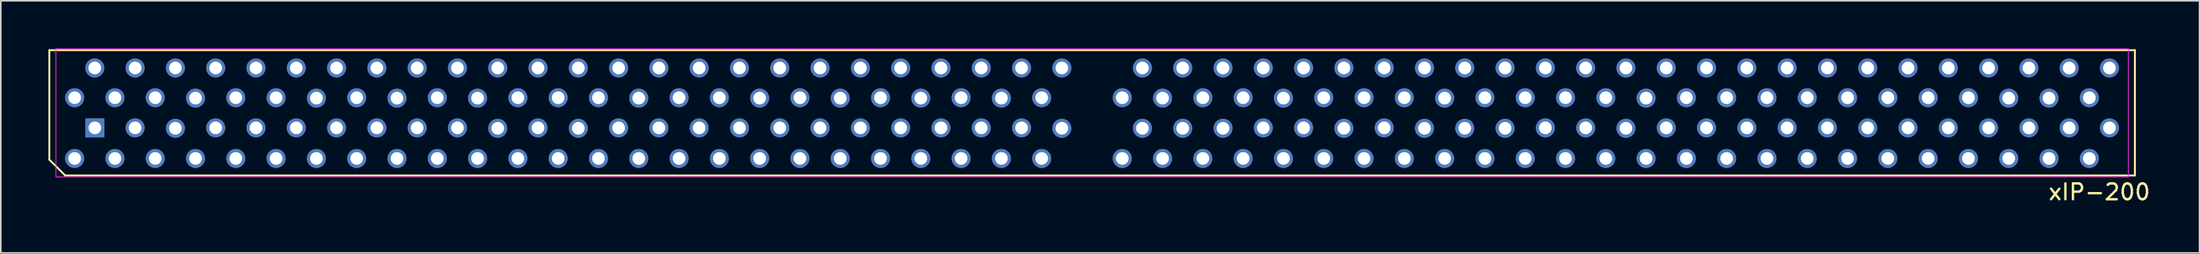
<source format=kicad_pcb>
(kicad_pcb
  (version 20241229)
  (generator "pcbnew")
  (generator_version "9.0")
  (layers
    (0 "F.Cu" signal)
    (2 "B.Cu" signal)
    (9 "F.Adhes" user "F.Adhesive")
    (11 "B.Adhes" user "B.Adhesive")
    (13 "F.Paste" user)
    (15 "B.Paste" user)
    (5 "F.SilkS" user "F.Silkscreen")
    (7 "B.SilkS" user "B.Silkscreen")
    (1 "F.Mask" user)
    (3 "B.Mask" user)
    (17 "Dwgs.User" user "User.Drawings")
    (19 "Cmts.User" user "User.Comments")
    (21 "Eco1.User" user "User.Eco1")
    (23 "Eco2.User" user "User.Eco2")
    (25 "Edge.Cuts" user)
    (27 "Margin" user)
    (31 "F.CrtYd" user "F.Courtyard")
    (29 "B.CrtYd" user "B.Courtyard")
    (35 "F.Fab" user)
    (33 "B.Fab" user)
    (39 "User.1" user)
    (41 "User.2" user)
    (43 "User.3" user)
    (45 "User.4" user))
  (footprint "xIP-200"
    (layer "F.Cu")
    (at 65.795 5.98)
    (property "Reference" "xIP-200" (at 63.496 3.099 180) (layer "F.SilkS") (effects (font (size 1 1) (thickness 0.15))))
    (attr through_hole)
    (fp_line (start -65.735 -5.862) (end 65.735 -5.862) (stroke (width 0.12) (type solid)) (layer "F.SilkS"))
    (fp_line (start -65.735 1.052) (end -65.735 -5.862) (stroke (width 0.12) (type solid)) (layer "F.SilkS"))
    (fp_line (start -64.735 2.053) (end -65.735 1.052) (stroke (width 0.12) (type solid)) (layer "F.SilkS"))
    (fp_line (start 65.735 -5.862) (end 65.735 2.053) (stroke (width 0.12) (type solid)) (layer "F.SilkS"))
    (fp_line (start 65.735 2.053) (end -64.735 2.053) (stroke (width 0.12) (type solid)) (layer "F.SilkS"))
    (fp_line (start -65.32 -5.955) (end 65.32 -5.955) (stroke (width 0.05) (type solid)) (layer "F.CrtYd"))
    (fp_line (start -65.32 2.145) (end -65.32 -5.955) (stroke (width 0.05) (type solid)) (layer "F.CrtYd"))
    (fp_line (start 65.32 -5.955) (end 65.32 2.145) (stroke (width 0.05) (type solid)) (layer "F.CrtYd"))
    (fp_line (start 65.32 2.145) (end -65.32 2.145) (stroke (width 0.05) (type solid)) (layer "F.CrtYd"))
    (pad "1" thru_hole rect (at -62.865 -0.953) (size 1.2 1.2) (drill 0.8) (layers "*.Cu" "*.Mask"))
    (pad "2" thru_hole oval (at -64.139 0.978) (size 1.2 1.2) (drill 0.8) (layers "*.Cu" "*.Mask"))
    (pad "3" thru_hole oval (at -62.869 -4.737) (size 1.2 1.2) (drill 0.8) (layers "*.Cu" "*.Mask"))
    (pad "4" thru_hole oval (at -64.139 -2.857) (size 1.2 1.2) (drill 0.8) (layers "*.Cu" "*.Mask"))
    (pad "5" thru_hole oval (at -60.329 -0.953) (size 1.2 1.2) (drill 0.8) (layers "*.Cu" "*.Mask"))
    (pad "6" thru_hole oval (at -61.599 0.978) (size 1.2 1.2) (drill 0.8) (layers "*.Cu" "*.Mask"))
    (pad "7" thru_hole oval (at -60.329 -4.737) (size 1.2 1.2) (drill 0.8) (layers "*.Cu" "*.Mask"))
    (pad "8" thru_hole oval (at -61.599 -2.857) (size 1.2 1.2) (drill 0.8) (layers "*.Cu" "*.Mask"))
    (pad "9" thru_hole oval (at -57.789 -0.927) (size 1.2 1.2) (drill 0.8) (layers "*.Cu" "*.Mask"))
    (pad "10" thru_hole oval (at -59.059 0.978) (size 1.2 1.2) (drill 0.8) (layers "*.Cu" "*.Mask"))
    (pad "11" thru_hole oval (at -57.789 -4.737) (size 1.2 1.2) (drill 0.8) (layers "*.Cu" "*.Mask"))
    (pad "12" thru_hole oval (at -59.059 -2.857) (size 1.2 1.2) (drill 0.8) (layers "*.Cu" "*.Mask"))
    (pad "13" thru_hole oval (at -55.249 -0.953) (size 1.2 1.2) (drill 0.8) (layers "*.Cu" "*.Mask"))
    (pad "14" thru_hole oval (at -56.519 0.978) (size 1.2 1.2) (drill 0.8) (layers "*.Cu" "*.Mask"))
    (pad "15" thru_hole oval (at -55.249 -4.737) (size 1.2 1.2) (drill 0.8) (layers "*.Cu" "*.Mask"))
    (pad "16" thru_hole oval (at -56.519 -2.832) (size 1.2 1.2) (drill 0.8) (layers "*.Cu" "*.Mask"))
    (pad "17" thru_hole oval (at -52.709 -0.953) (size 1.2 1.2) (drill 0.8) (layers "*.Cu" "*.Mask"))
    (pad "18" thru_hole oval (at -53.979 0.978) (size 1.2 1.2) (drill 0.8) (layers "*.Cu" "*.Mask"))
    (pad "19" thru_hole oval (at -52.709 -4.737) (size 1.2 1.2) (drill 0.8) (layers "*.Cu" "*.Mask"))
    (pad "20" thru_hole oval (at -53.979 -2.857) (size 1.2 1.2) (drill 0.8) (layers "*.Cu" "*.Mask"))
    (pad "21" thru_hole oval (at -50.169 -0.953) (size 1.2 1.2) (drill 0.8) (layers "*.Cu" "*.Mask"))
    (pad "22" thru_hole oval (at -51.439 0.978) (size 1.2 1.2) (drill 0.8) (layers "*.Cu" "*.Mask"))
    (pad "23" thru_hole oval (at -50.169 -4.737) (size 1.2 1.2) (drill 0.8) (layers "*.Cu" "*.Mask"))
    (pad "24" thru_hole oval (at -51.439 -2.857) (size 1.2 1.2) (drill 0.8) (layers "*.Cu" "*.Mask"))
    (pad "25" thru_hole oval (at -47.629 -0.953) (size 1.2 1.2) (drill 0.8) (layers "*.Cu" "*.Mask"))
    (pad "26" thru_hole oval (at -48.899 0.978) (size 1.2 1.2) (drill 0.8) (layers "*.Cu" "*.Mask"))
    (pad "27" thru_hole oval (at -47.629 -4.737) (size 1.2 1.2) (drill 0.8) (layers "*.Cu" "*.Mask"))
    (pad "28" thru_hole oval (at -48.899 -2.832) (size 1.2 1.2) (drill 0.8) (layers "*.Cu" "*.Mask"))
    (pad "29" thru_hole oval (at -45.089 -0.953) (size 1.2 1.2) (drill 0.8) (layers "*.Cu" "*.Mask"))
    (pad "30" thru_hole oval (at -46.359 0.978) (size 1.2 1.2) (drill 0.8) (layers "*.Cu" "*.Mask"))
    (pad "31" thru_hole oval (at -45.089 -4.737) (size 1.2 1.2) (drill 0.8) (layers "*.Cu" "*.Mask"))
    (pad "32" thru_hole oval (at -46.359 -2.857) (size 1.2 1.2) (drill 0.8) (layers "*.Cu" "*.Mask"))
    (pad "33" thru_hole oval (at -42.549 -0.953) (size 1.2 1.2) (drill 0.8) (layers "*.Cu" "*.Mask"))
    (pad "34" thru_hole oval (at -43.819 0.978) (size 1.2 1.2) (drill 0.8) (layers "*.Cu" "*.Mask"))
    (pad "35" thru_hole oval (at -42.549 -4.737) (size 1.2 1.2) (drill 0.8) (layers "*.Cu" "*.Mask"))
    (pad "36" thru_hole oval (at -43.819 -2.832) (size 1.2 1.2) (drill 0.8) (layers "*.Cu" "*.Mask"))
    (pad "37" thru_hole oval (at -40.009 -0.953) (size 1.2 1.2) (drill 0.8) (layers "*.Cu" "*.Mask"))
    (pad "38" thru_hole oval (at -41.279 0.978) (size 1.2 1.2) (drill 0.8) (layers "*.Cu" "*.Mask"))
    (pad "39" thru_hole oval (at -40.009 -4.737) (size 1.2 1.2) (drill 0.8) (layers "*.Cu" "*.Mask"))
    (pad "40" thru_hole oval (at -41.279 -2.857) (size 1.2 1.2) (drill 0.8) (layers "*.Cu" "*.Mask"))
    (pad "41" thru_hole oval (at -37.469 -0.927) (size 1.2 1.2) (drill 0.8) (layers "*.Cu" "*.Mask"))
    (pad "42" thru_hole oval (at -38.739 0.978) (size 1.2 1.2) (drill 0.8) (layers "*.Cu" "*.Mask"))
    (pad "43" thru_hole oval (at -37.469 -4.737) (size 1.2 1.2) (drill 0.8) (layers "*.Cu" "*.Mask"))
    (pad "44" thru_hole oval (at -38.739 -2.832) (size 1.2 1.2) (drill 0.8) (layers "*.Cu" "*.Mask"))
    (pad "45" thru_hole oval (at -34.929 -0.953) (size 1.2 1.2) (drill 0.8) (layers "*.Cu" "*.Mask"))
    (pad "46" thru_hole oval (at -36.199 0.978) (size 1.2 1.2) (drill 0.8) (layers "*.Cu" "*.Mask"))
    (pad "47" thru_hole oval (at -34.929 -4.737) (size 1.2 1.2) (drill 0.8) (layers "*.Cu" "*.Mask"))
    (pad "48" thru_hole oval (at -36.199 -2.857) (size 1.2 1.2) (drill 0.8) (layers "*.Cu" "*.Mask"))
    (pad "49" thru_hole oval (at -32.389 -0.927) (size 1.2 1.2) (drill 0.8) (layers "*.Cu" "*.Mask"))
    (pad "50" thru_hole oval (at -33.659 0.978) (size 1.2 1.2) (drill 0.8) (layers "*.Cu" "*.Mask"))
    (pad "51" thru_hole oval (at -32.389 -4.737) (size 1.2 1.2) (drill 0.8) (layers "*.Cu" "*.Mask"))
    (pad "52" thru_hole oval (at -33.659 -2.857) (size 1.2 1.2) (drill 0.8) (layers "*.Cu" "*.Mask"))
    (pad "53" thru_hole oval (at -29.849 -0.953) (size 1.2 1.2) (drill 0.8) (layers "*.Cu" "*.Mask"))
    (pad "54" thru_hole oval (at -31.119 0.978) (size 1.2 1.2) (drill 0.8) (layers "*.Cu" "*.Mask"))
    (pad "55" thru_hole oval (at -29.849 -4.737) (size 1.2 1.2) (drill 0.8) (layers "*.Cu" "*.Mask"))
    (pad "56" thru_hole oval (at -31.119 -2.857) (size 1.2 1.2) (drill 0.8) (layers "*.Cu" "*.Mask"))
    (pad "57" thru_hole oval (at -27.309 -0.953) (size 1.2 1.2) (drill 0.8) (layers "*.Cu" "*.Mask"))
    (pad "58" thru_hole oval (at -28.579 0.978) (size 1.2 1.2) (drill 0.8) (layers "*.Cu" "*.Mask"))
    (pad "59" thru_hole oval (at -27.309 -4.737) (size 1.2 1.2) (drill 0.8) (layers "*.Cu" "*.Mask"))
    (pad "60" thru_hole oval (at -28.579 -2.832) (size 1.2 1.2) (drill 0.8) (layers "*.Cu" "*.Mask"))
    (pad "61" thru_hole oval (at -24.769 -0.953) (size 1.2 1.2) (drill 0.8) (layers "*.Cu" "*.Mask"))
    (pad "62" thru_hole oval (at -26.039 0.978) (size 1.2 1.2) (drill 0.8) (layers "*.Cu" "*.Mask"))
    (pad "63" thru_hole oval (at -24.769 -4.737) (size 1.2 1.2) (drill 0.8) (layers "*.Cu" "*.Mask"))
    (pad "64" thru_hole oval (at -26.039 -2.857) (size 1.2 1.2) (drill 0.8) (layers "*.Cu" "*.Mask"))
    (pad "65" thru_hole oval (at -22.229 -0.953) (size 1.2 1.2) (drill 0.8) (layers "*.Cu" "*.Mask"))
    (pad "66" thru_hole oval (at -23.499 0.978) (size 1.2 1.2) (drill 0.8) (layers "*.Cu" "*.Mask"))
    (pad "67" thru_hole oval (at -22.229 -4.737) (size 1.2 1.2) (drill 0.8) (layers "*.Cu" "*.Mask"))
    (pad "68" thru_hole oval (at -23.499 -2.857) (size 1.2 1.2) (drill 0.8) (layers "*.Cu" "*.Mask"))
    (pad "69" thru_hole oval (at -19.689 -0.953) (size 1.2 1.2) (drill 0.8) (layers "*.Cu" "*.Mask"))
    (pad "70" thru_hole oval (at -20.959 0.978) (size 1.2 1.2) (drill 0.8) (layers "*.Cu" "*.Mask"))
    (pad "71" thru_hole oval (at -19.689 -4.737) (size 1.2 1.2) (drill 0.8) (layers "*.Cu" "*.Mask"))
    (pad "72" thru_hole oval (at -20.959 -2.832) (size 1.2 1.2) (drill 0.8) (layers "*.Cu" "*.Mask"))
    (pad "73" thru_hole oval (at -17.149 -0.953) (size 1.2 1.2) (drill 0.8) (layers "*.Cu" "*.Mask"))
    (pad "74" thru_hole oval (at -18.419 0.978) (size 1.2 1.2) (drill 0.8) (layers "*.Cu" "*.Mask"))
    (pad "75" thru_hole oval (at -17.149 -4.737) (size 1.2 1.2) (drill 0.8) (layers "*.Cu" "*.Mask"))
    (pad "76" thru_hole oval (at -18.419 -2.857) (size 1.2 1.2) (drill 0.8) (layers "*.Cu" "*.Mask"))
    (pad "77" thru_hole oval (at -14.609 -0.953) (size 1.2 1.2) (drill 0.8) (layers "*.Cu" "*.Mask"))
    (pad "78" thru_hole oval (at -15.879 0.978) (size 1.2 1.2) (drill 0.8) (layers "*.Cu" "*.Mask"))
    (pad "79" thru_hole oval (at -14.609 -4.737) (size 1.2 1.2) (drill 0.8) (layers "*.Cu" "*.Mask"))
    (pad "80" thru_hole oval (at -15.879 -2.832) (size 1.2 1.2) (drill 0.8) (layers "*.Cu" "*.Mask"))
    (pad "81" thru_hole oval (at -12.069 -0.953) (size 1.2 1.2) (drill 0.8) (layers "*.Cu" "*.Mask"))
    (pad "82" thru_hole oval (at -13.339 0.978) (size 1.2 1.2) (drill 0.8) (layers "*.Cu" "*.Mask"))
    (pad "83" thru_hole oval (at -12.069 -4.737) (size 1.2 1.2) (drill 0.8) (layers "*.Cu" "*.Mask"))
    (pad "84" thru_hole oval (at -13.339 -2.857) (size 1.2 1.2) (drill 0.8) (layers "*.Cu" "*.Mask"))
    (pad "85" thru_hole oval (at -9.529 -0.953) (size 1.2 1.2) (drill 0.8) (layers "*.Cu" "*.Mask"))
    (pad "86" thru_hole oval (at -10.799 0.978) (size 1.2 1.2) (drill 0.8) (layers "*.Cu" "*.Mask"))
    (pad "87" thru_hole oval (at -9.529 -4.737) (size 1.2 1.2) (drill 0.8) (layers "*.Cu" "*.Mask"))
    (pad "88" thru_hole oval (at -10.799 -2.832) (size 1.2 1.2) (drill 0.8) (layers "*.Cu" "*.Mask"))
    (pad "89" thru_hole oval (at -6.989 -0.953) (size 1.2 1.2) (drill 0.8) (layers "*.Cu" "*.Mask"))
    (pad "90" thru_hole oval (at -8.259 0.978) (size 1.2 1.2) (drill 0.8) (layers "*.Cu" "*.Mask"))
    (pad "91" thru_hole oval (at -6.989 -4.737) (size 1.2 1.2) (drill 0.8) (layers "*.Cu" "*.Mask"))
    (pad "92" thru_hole oval (at -8.259 -2.857) (size 1.2 1.2) (drill 0.8) (layers "*.Cu" "*.Mask"))
    (pad "93" thru_hole oval (at -4.449 -0.953) (size 1.2 1.2) (drill 0.8) (layers "*.Cu" "*.Mask"))
    (pad "94" thru_hole oval (at -5.719 0.978) (size 1.2 1.2) (drill 0.8) (layers "*.Cu" "*.Mask"))
    (pad "95" thru_hole oval (at -4.449 -4.737) (size 1.2 1.2) (drill 0.8) (layers "*.Cu" "*.Mask"))
    (pad "96" thru_hole oval (at -5.719 -2.832) (size 1.2 1.2) (drill 0.8) (layers "*.Cu" "*.Mask"))
    (pad "97" thru_hole oval (at -1.909 -0.927) (size 1.2 1.2) (drill 0.8) (layers "*.Cu" "*.Mask"))
    (pad "98" thru_hole oval (at -3.179 0.978) (size 1.2 1.2) (drill 0.8) (layers "*.Cu" "*.Mask"))
    (pad "99" thru_hole oval (at -1.909 -4.737) (size 1.2 1.2) (drill 0.8) (layers "*.Cu" "*.Mask"))
    (pad "100" thru_hole oval (at -3.179 -2.857) (size 1.2 1.2) (drill 0.8) (layers "*.Cu" "*.Mask"))
    (pad "101" thru_hole oval (at 3.171 -0.927) (size 1.2 1.2) (drill 0.8) (layers "*.Cu" "*.Mask"))
    (pad "102" thru_hole oval (at 1.901 0.978) (size 1.2 1.2) (drill 0.8) (layers "*.Cu" "*.Mask"))
    (pad "103" thru_hole oval (at 3.171 -4.737) (size 1.2 1.2) (drill 0.8) (layers "*.Cu" "*.Mask"))
    (pad "104" thru_hole oval (at 1.901 -2.857) (size 1.2 1.2) (drill 0.8) (layers "*.Cu" "*.Mask"))
    (pad "105" thru_hole oval (at 5.711 -0.927) (size 1.2 1.2) (drill 0.8) (layers "*.Cu" "*.Mask"))
    (pad "106" thru_hole oval (at 4.441 0.978) (size 1.2 1.2) (drill 0.8) (layers "*.Cu" "*.Mask"))
    (pad "107" thru_hole oval (at 5.711 -4.737) (size 1.2 1.2) (drill 0.8) (layers "*.Cu" "*.Mask"))
    (pad "108" thru_hole oval (at 4.441 -2.832) (size 1.2 1.2) (drill 0.8) (layers "*.Cu" "*.Mask"))
    (pad "109" thru_hole oval (at 8.251 -0.927) (size 1.2 1.2) (drill 0.8) (layers "*.Cu" "*.Mask"))
    (pad "110" thru_hole oval (at 6.981 0.978) (size 1.2 1.2) (drill 0.8) (layers "*.Cu" "*.Mask"))
    (pad "111" thru_hole oval (at 8.251 -4.737) (size 1.2 1.2) (drill 0.8) (layers "*.Cu" "*.Mask"))
    (pad "112" thru_hole oval (at 6.981 -2.857) (size 1.2 1.2) (drill 0.8) (layers "*.Cu" "*.Mask"))
    (pad "113" thru_hole oval (at 10.791 -0.953) (size 1.2 1.2) (drill 0.8) (layers "*.Cu" "*.Mask"))
    (pad "114" thru_hole oval (at 9.521 0.978) (size 1.2 1.2) (drill 0.8) (layers "*.Cu" "*.Mask"))
    (pad "115" thru_hole oval (at 10.791 -4.737) (size 1.2 1.2) (drill 0.8) (layers "*.Cu" "*.Mask"))
    (pad "116" thru_hole oval (at 9.521 -2.857) (size 1.2 1.2) (drill 0.8) (layers "*.Cu" "*.Mask"))
    (pad "117" thru_hole oval (at 13.331 -0.953) (size 1.2 1.2) (drill 0.8) (layers "*.Cu" "*.Mask"))
    (pad "118" thru_hole oval (at 12.061 0.978) (size 1.2 1.2) (drill 0.8) (layers "*.Cu" "*.Mask"))
    (pad "119" thru_hole oval (at 13.331 -4.737) (size 1.2 1.2) (drill 0.8) (layers "*.Cu" "*.Mask"))
    (pad "120" thru_hole oval (at 12.061 -2.832) (size 1.2 1.2) (drill 0.8) (layers "*.Cu" "*.Mask"))
    (pad "121" thru_hole oval (at 15.871 -0.927) (size 1.2 1.2) (drill 0.8) (layers "*.Cu" "*.Mask"))
    (pad "122" thru_hole oval (at 14.601 0.978) (size 1.2 1.2) (drill 0.8) (layers "*.Cu" "*.Mask"))
    (pad "123" thru_hole oval (at 15.871 -4.737) (size 1.2 1.2) (drill 0.8) (layers "*.Cu" "*.Mask"))
    (pad "124" thru_hole oval (at 14.601 -2.857) (size 1.2 1.2) (drill 0.8) (layers "*.Cu" "*.Mask"))
    (pad "125" thru_hole oval (at 18.411 -0.953) (size 1.2 1.2) (drill 0.8) (layers "*.Cu" "*.Mask"))
    (pad "126" thru_hole oval (at 17.141 0.978) (size 1.2 1.2) (drill 0.8) (layers "*.Cu" "*.Mask"))
    (pad "127" thru_hole oval (at 18.411 -4.737) (size 1.2 1.2) (drill 0.8) (layers "*.Cu" "*.Mask"))
    (pad "128" thru_hole oval (at 17.141 -2.857) (size 1.2 1.2) (drill 0.8) (layers "*.Cu" "*.Mask"))
    (pad "129" thru_hole oval (at 20.951 -0.927) (size 1.2 1.2) (drill 0.8) (layers "*.Cu" "*.Mask"))
    (pad "130" thru_hole oval (at 19.681 0.978) (size 1.2 1.2) (drill 0.8) (layers "*.Cu" "*.Mask"))
    (pad "131" thru_hole oval (at 20.951 -4.737) (size 1.2 1.2) (drill 0.8) (layers "*.Cu" "*.Mask"))
    (pad "132" thru_hole oval (at 19.681 -2.857) (size 1.2 1.2) (drill 0.8) (layers "*.Cu" "*.Mask"))
    (pad "133" thru_hole oval (at 23.491 -0.927) (size 1.2 1.2) (drill 0.8) (layers "*.Cu" "*.Mask"))
    (pad "134" thru_hole oval (at 22.221 0.978) (size 1.2 1.2) (drill 0.8) (layers "*.Cu" "*.Mask"))
    (pad "135" thru_hole oval (at 23.491 -4.737) (size 1.2 1.2) (drill 0.8) (layers "*.Cu" "*.Mask"))
    (pad "136" thru_hole oval (at 22.221 -2.832) (size 1.2 1.2) (drill 0.8) (layers "*.Cu" "*.Mask"))
    (pad "137" thru_hole oval (at 26.031 -0.927) (size 1.2 1.2) (drill 0.8) (layers "*.Cu" "*.Mask"))
    (pad "138" thru_hole oval (at 24.761 0.978) (size 1.2 1.2) (drill 0.8) (layers "*.Cu" "*.Mask"))
    (pad "139" thru_hole oval (at 26.031 -4.737) (size 1.2 1.2) (drill 0.8) (layers "*.Cu" "*.Mask"))
    (pad "140" thru_hole oval (at 24.761 -2.857) (size 1.2 1.2) (drill 0.8) (layers "*.Cu" "*.Mask"))
    (pad "141" thru_hole oval (at 28.571 -0.953) (size 1.2 1.2) (drill 0.8) (layers "*.Cu" "*.Mask"))
    (pad "142" thru_hole oval (at 27.301 0.978) (size 1.2 1.2) (drill 0.8) (layers "*.Cu" "*.Mask"))
    (pad "143" thru_hole oval (at 28.571 -4.737) (size 1.2 1.2) (drill 0.8) (layers "*.Cu" "*.Mask"))
    (pad "144" thru_hole oval (at 27.301 -2.857) (size 1.2 1.2) (drill 0.8) (layers "*.Cu" "*.Mask"))
    (pad "145" thru_hole oval (at 31.115 -0.953) (size 1.2 1.2) (drill 0.8) (layers "*.Cu" "*.Mask"))
    (pad "146" thru_hole oval (at 29.841 0.978) (size 1.2 1.2) (drill 0.8) (layers "*.Cu" "*.Mask"))
    (pad "147" thru_hole oval (at 31.111 -4.737) (size 1.2 1.2) (drill 0.8) (layers "*.Cu" "*.Mask"))
    (pad "148" thru_hole oval (at 29.841 -2.857) (size 1.2 1.2) (drill 0.8) (layers "*.Cu" "*.Mask"))
    (pad "149" thru_hole oval (at 33.651 -0.927) (size 1.2 1.2) (drill 0.8) (layers "*.Cu" "*.Mask"))
    (pad "150" thru_hole oval (at 32.381 0.978) (size 1.2 1.2) (drill 0.8) (layers "*.Cu" "*.Mask"))
    (pad "151" thru_hole oval (at 33.651 -4.737) (size 1.2 1.2) (drill 0.8) (layers "*.Cu" "*.Mask"))
    (pad "152" thru_hole oval (at 32.381 -2.857) (size 1.2 1.2) (drill 0.8) (layers "*.Cu" "*.Mask"))
    (pad "153" thru_hole oval (at 36.191 -0.953) (size 1.2 1.2) (drill 0.8) (layers "*.Cu" "*.Mask"))
    (pad "154" thru_hole oval (at 34.921 0.978) (size 1.2 1.2) (drill 0.8) (layers "*.Cu" "*.Mask"))
    (pad "155" thru_hole oval (at 36.191 -4.737) (size 1.2 1.2) (drill 0.8) (layers "*.Cu" "*.Mask"))
    (pad "156" thru_hole oval (at 34.921 -2.832) (size 1.2 1.2) (drill 0.8) (layers "*.Cu" "*.Mask"))
    (pad "157" thru_hole oval (at 38.731 -0.953) (size 1.2 1.2) (drill 0.8) (layers "*.Cu" "*.Mask"))
    (pad "158" thru_hole oval (at 37.461 0.978) (size 1.2 1.2) (drill 0.8) (layers "*.Cu" "*.Mask"))
    (pad "159" thru_hole oval (at 38.731 -4.737) (size 1.2 1.2) (drill 0.8) (layers "*.Cu" "*.Mask"))
    (pad "160" thru_hole oval (at 37.461 -2.857) (size 1.2 1.2) (drill 0.8) (layers "*.Cu" "*.Mask"))
    (pad "161" thru_hole oval (at 41.275 -0.953) (size 1.2 1.2) (drill 0.8) (layers "*.Cu" "*.Mask"))
    (pad "162" thru_hole oval (at 40.001 0.978) (size 1.2 1.2) (drill 0.8) (layers "*.Cu" "*.Mask"))
    (pad "163" thru_hole oval (at 41.271 -4.737) (size 1.2 1.2) (drill 0.8) (layers "*.Cu" "*.Mask"))
    (pad "164" thru_hole oval (at 40.001 -2.857) (size 1.2 1.2) (drill 0.8) (layers "*.Cu" "*.Mask"))
    (pad "165" thru_hole oval (at 43.815 -0.953) (size 1.2 1.2) (drill 0.8) (layers "*.Cu" "*.Mask"))
    (pad "166" thru_hole oval (at 42.541 0.978) (size 1.2 1.2) (drill 0.8) (layers "*.Cu" "*.Mask"))
    (pad "167" thru_hole oval (at 43.811 -4.737) (size 1.2 1.2) (drill 0.8) (layers "*.Cu" "*.Mask"))
    (pad "168" thru_hole oval (at 42.541 -2.857) (size 1.2 1.2) (drill 0.8) (layers "*.Cu" "*.Mask"))
    (pad "169" thru_hole oval (at 46.351 -0.953) (size 1.2 1.2) (drill 0.8) (layers "*.Cu" "*.Mask"))
    (pad "170" thru_hole oval (at 45.081 0.978) (size 1.2 1.2) (drill 0.8) (layers "*.Cu" "*.Mask"))
    (pad "171" thru_hole oval (at 46.351 -4.737) (size 1.2 1.2) (drill 0.8) (layers "*.Cu" "*.Mask"))
    (pad "172" thru_hole oval (at 45.081 -2.857) (size 1.2 1.2) (drill 0.8) (layers "*.Cu" "*.Mask"))
    (pad "173" thru_hole oval (at 48.891 -0.953) (size 1.2 1.2) (drill 0.8) (layers "*.Cu" "*.Mask"))
    (pad "174" thru_hole oval (at 47.621 0.978) (size 1.2 1.2) (drill 0.8) (layers "*.Cu" "*.Mask"))
    (pad "175" thru_hole oval (at 48.891 -4.737) (size 1.2 1.2) (drill 0.8) (layers "*.Cu" "*.Mask"))
    (pad "176" thru_hole oval (at 47.621 -2.857) (size 1.2 1.2) (drill 0.8) (layers "*.Cu" "*.Mask"))
    (pad "177" thru_hole oval (at 51.431 -0.953) (size 1.2 1.2) (drill 0.8) (layers "*.Cu" "*.Mask"))
    (pad "178" thru_hole oval (at 50.161 0.978) (size 1.2 1.2) (drill 0.8) (layers "*.Cu" "*.Mask"))
    (pad "179" thru_hole oval (at 51.431 -4.737) (size 1.2 1.2) (drill 0.8) (layers "*.Cu" "*.Mask"))
    (pad "180" thru_hole oval (at 50.161 -2.857) (size 1.2 1.2) (drill 0.8) (layers "*.Cu" "*.Mask"))
    (pad "181" thru_hole oval (at 53.971 -0.953) (size 1.2 1.2) (drill 0.8) (layers "*.Cu" "*.Mask"))
    (pad "182" thru_hole oval (at 52.701 0.978) (size 1.2 1.2) (drill 0.8) (layers "*.Cu" "*.Mask"))
    (pad "183" thru_hole oval (at 53.971 -4.737) (size 1.2 1.2) (drill 0.8) (layers "*.Cu" "*.Mask"))
    (pad "184" thru_hole oval (at 52.701 -2.857) (size 1.2 1.2) (drill 0.8) (layers "*.Cu" "*.Mask"))
    (pad "185" thru_hole oval (at 56.511 -0.953) (size 1.2 1.2) (drill 0.8) (layers "*.Cu" "*.Mask"))
    (pad "186" thru_hole oval (at 55.241 0.978) (size 1.2 1.2) (drill 0.8) (layers "*.Cu" "*.Mask"))
    (pad "187" thru_hole oval (at 56.511 -4.737) (size 1.2 1.2) (drill 0.8) (layers "*.Cu" "*.Mask"))
    (pad "188" thru_hole oval (at 55.241 -2.857) (size 1.2 1.2) (drill 0.8) (layers "*.Cu" "*.Mask"))
    (pad "189" thru_hole oval (at 59.051 -0.953) (size 1.2 1.2) (drill 0.8) (layers "*.Cu" "*.Mask"))
    (pad "190" thru_hole oval (at 57.781 0.978) (size 1.2 1.2) (drill 0.8) (layers "*.Cu" "*.Mask"))
    (pad "191" thru_hole oval (at 59.051 -4.737) (size 1.2 1.2) (drill 0.8) (layers "*.Cu" "*.Mask"))
    (pad "192" thru_hole oval (at 57.781 -2.832) (size 1.2 1.2) (drill 0.8) (layers "*.Cu" "*.Mask"))
    (pad "193" thru_hole oval (at 61.591 -0.953) (size 1.2 1.2) (drill 0.8) (layers "*.Cu" "*.Mask"))
    (pad "194" thru_hole oval (at 60.321 0.978) (size 1.2 1.2) (drill 0.8) (layers "*.Cu" "*.Mask"))
    (pad "195" thru_hole oval (at 61.591 -4.737) (size 1.2 1.2) (drill 0.8) (layers "*.Cu" "*.Mask"))
    (pad "196" thru_hole oval (at 60.321 -2.832) (size 1.2 1.2) (drill 0.8) (layers "*.Cu" "*.Mask"))
    (pad "197" thru_hole oval (at 64.131 -0.953) (size 1.2 1.2) (drill 0.8) (layers "*.Cu" "*.Mask"))
    (pad "198" thru_hole oval (at 62.861 0.978) (size 1.2 1.2) (drill 0.8) (layers "*.Cu" "*.Mask"))
    (pad "199" thru_hole oval (at 64.131 -4.737) (size 1.2 1.2) (drill 0.8) (layers "*.Cu" "*.Mask"))
    (pad "200" thru_hole oval (at 62.861 -2.857) (size 1.2 1.2) (drill 0.8) (layers "*.Cu" "*.Mask")))
  (gr_rect
    (start -3 -3)
    (end 135.606 12.927)
    (stroke (width 0.1) (type default))
    (fill no)
    (layer "Edge.Cuts")))
</source>
